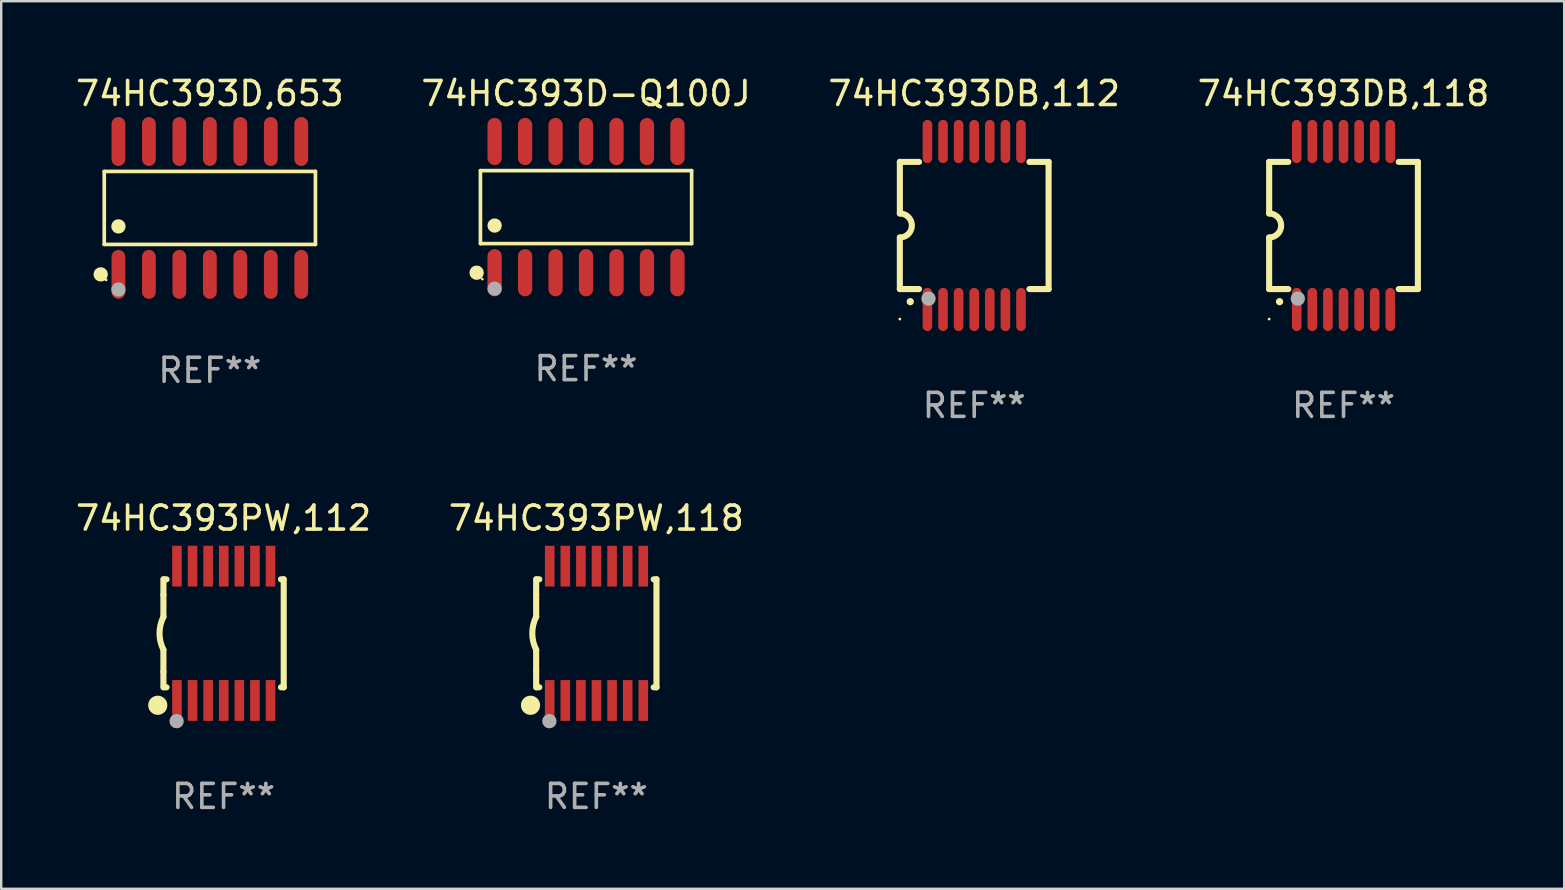
<source format=kicad_pcb>
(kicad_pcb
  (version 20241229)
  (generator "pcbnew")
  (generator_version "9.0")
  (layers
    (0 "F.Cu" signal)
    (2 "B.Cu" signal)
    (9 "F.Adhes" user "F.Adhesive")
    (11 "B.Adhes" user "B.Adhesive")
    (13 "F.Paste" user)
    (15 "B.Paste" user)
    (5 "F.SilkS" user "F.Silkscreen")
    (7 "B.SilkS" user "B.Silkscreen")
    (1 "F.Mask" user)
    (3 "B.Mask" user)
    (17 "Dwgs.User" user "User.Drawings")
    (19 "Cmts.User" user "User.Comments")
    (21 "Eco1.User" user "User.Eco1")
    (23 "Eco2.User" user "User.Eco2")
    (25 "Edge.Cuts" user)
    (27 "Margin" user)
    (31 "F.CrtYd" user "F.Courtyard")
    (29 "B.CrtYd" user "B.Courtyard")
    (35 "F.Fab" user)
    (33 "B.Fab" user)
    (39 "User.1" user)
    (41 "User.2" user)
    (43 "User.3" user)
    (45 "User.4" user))
  (footprint "74HC393DB,112"
    (layer "F.Cu")
    (at 37.554 6.348)
    (property "Reference" "74HC393DB,112" (at 0 -5.5 0) (layer "F.SilkS") (effects (font (size 1 1) (thickness 0.15))))
    (attr through_hole)
    (fp_line (start -3.1 2.65) (end -3.1 0.5) (stroke (width 0.254) (type solid)) (layer "F.SilkS"))
    (fp_line (start -3.099 -2.65) (end -2.301 -2.65) (stroke (width 0.254) (type solid)) (layer "F.SilkS"))
    (fp_line (start -3.099 -0.5) (end -3.099 -2.65) (stroke (width 0.254) (type solid)) (layer "F.SilkS"))
    (fp_line (start -2.301 2.65) (end -3.1 2.65) (stroke (width 0.254) (type solid)) (layer "F.SilkS"))
    (fp_line (start 2.301 -2.65) (end 3.1 -2.65) (stroke (width 0.254) (type solid)) (layer "F.SilkS"))
    (fp_line (start 3.1 -2.65) (end 3.1 2.65) (stroke (width 0.254) (type solid)) (layer "F.SilkS"))
    (fp_line (start 3.1 2.65) (end 2.301 2.65) (stroke (width 0.254) (type solid)) (layer "F.SilkS"))
    (fp_arc (start -3.098806 -0.500381) (mid -2.598806 0) (end -3.098806 0.500381) (stroke (width 0.254001) (type solid)) (layer "F.SilkS"))
    (fp_arc (start -2.667005 3.175006) (mid -2.665735 3.175001) (end -2.664465 3.175006) (stroke (width 0.3) (type solid)) (layer "F.SilkS"))
    (fp_circle (center -3.1 3.9) (end -3.07 3.9) (stroke (width 0.06) (type solid)) (fill no) (layer "F.SilkS"))
    (fp_circle (center -1.905 3.048) (end -1.755 3.048) (stroke (width 0.3) (type solid)) (fill no) (layer "F.Fab"))
    (fp_text user "REF**" (at 0 7.5 0) (layer "F.Fab") (effects (font (size 1 1) (thickness 0.15))))
    (pad "1" smd oval (at -1.95 3.5 270) (size 1.8 0.4) (layers "F.Cu" "F.Mask" "F.Paste"))
    (pad "2" smd oval (at -1.3 3.5 270) (size 1.8 0.4) (layers "F.Cu" "F.Mask" "F.Paste"))
    (pad "3" smd oval (at -0.65 3.5 270) (size 1.8 0.4) (layers "F.Cu" "F.Mask" "F.Paste"))
    (pad "4" smd oval (at 0 3.5 270) (size 1.8 0.4) (layers "F.Cu" "F.Mask" "F.Paste"))
    (pad "5" smd oval (at 0.65 3.5 270) (size 1.8 0.4) (layers "F.Cu" "F.Mask" "F.Paste"))
    (pad "6" smd oval (at 1.3 3.5 270) (size 1.8 0.4) (layers "F.Cu" "F.Mask" "F.Paste"))
    (pad "7" smd oval (at 1.95 3.5 270) (size 1.8 0.4) (layers "F.Cu" "F.Mask" "F.Paste"))
    (pad "8" smd oval (at 1.95 -3.5 90) (size 1.8 0.4) (layers "F.Cu" "F.Mask" "F.Paste"))
    (pad "9" smd oval (at 1.3 -3.5 90) (size 1.8 0.4) (layers "F.Cu" "F.Mask" "F.Paste"))
    (pad "10" smd oval (at 0.65 -3.5 90) (size 1.8 0.4) (layers "F.Cu" "F.Mask" "F.Paste"))
    (pad "11" smd oval (at 0 -3.5 90) (size 1.8 0.4) (layers "F.Cu" "F.Mask" "F.Paste"))
    (pad "12" smd oval (at -0.65 -3.5 90) (size 1.8 0.4) (layers "F.Cu" "F.Mask" "F.Paste"))
    (pad "13" smd oval (at -1.3 -3.5 90) (size 1.8 0.4) (layers "F.Cu" "F.Mask" "F.Paste"))
    (pad "14" smd oval (at -1.95 -3.5 90) (size 1.8 0.4) (layers "F.Cu" "F.Mask" "F.Paste")))
  (footprint "74HC393PW,118"
    (layer "F.Cu")
    (at 21.804 23.345)
    (property "Reference" "74HC393PW,118" (at 0 -4.8 0) (layer "F.SilkS") (effects (font (size 1 1) (thickness 0.15))))
    (attr through_hole)
    (fp_line (start -2.507 -1.6) (end -2.507 -2.25) (stroke (width 0.254) (type solid)) (layer "F.SilkS"))
    (fp_line (start -2.507 -0.686) (end -2.507 -1.6) (stroke (width 0.254) (type solid)) (layer "F.SilkS"))
    (fp_line (start -2.507 1.6) (end -2.507 0.686) (stroke (width 0.254) (type solid)) (layer "F.SilkS"))
    (fp_line (start -2.507 1.6) (end -2.507 2.25) (stroke (width 0.254) (type solid)) (layer "F.SilkS"))
    (fp_line (start -2.493 -2.25) (end -2.377 -2.25) (stroke (width 0.254) (type solid)) (layer "F.SilkS"))
    (fp_line (start -2.377 2.25) (end -2.493 2.25) (stroke (width 0.254) (type solid)) (layer "F.SilkS"))
    (fp_line (start 2.392 -2.25) (end 2.507 -2.25) (stroke (width 0.254) (type solid)) (layer "F.SilkS"))
    (fp_line (start 2.507 -2.25) (end 2.507 2.25) (stroke (width 0.254) (type solid)) (layer "F.SilkS"))
    (fp_line (start 2.507 2.25) (end 2.392 2.25) (stroke (width 0.254) (type solid)) (layer "F.SilkS"))
    (fp_arc (start -2.507303 0.685802) (mid -2.669199 0) (end -2.507303 -0.685801) (stroke (width 0.254001) (type solid)) (layer "F.SilkS"))
    (fp_circle (center -2.743 3) (end -2.543 3) (stroke (width 0.4) (type solid)) (fill no) (layer "F.SilkS"))
    (fp_circle (center -2.493 3.2) (end -2.463 3.2) (stroke (width 0.06) (type solid)) (fill no) (layer "F.SilkS"))
    (fp_circle (center -1.957 3.662) (end -1.807 3.662) (stroke (width 0.3) (type solid)) (fill no) (layer "F.Fab"))
    (fp_text user "REF**" (at 0 6.8 0) (layer "F.Fab") (effects (font (size 1 1) (thickness 0.15))))
    (pad "1" smd rect (at -1.943 2.8) (size 0.4 1.7) (layers "F.Cu" "F.Mask" "F.Paste"))
    (pad "2" smd rect (at -1.293 2.8) (size 0.4 1.7) (layers "F.Cu" "F.Mask" "F.Paste"))
    (pad "3" smd rect (at -0.643 2.8) (size 0.4 1.7) (layers "F.Cu" "F.Mask" "F.Paste"))
    (pad "4" smd rect (at 0.007 2.8) (size 0.4 1.7) (layers "F.Cu" "F.Mask" "F.Paste"))
    (pad "5" smd rect (at 0.657 2.8) (size 0.4 1.7) (layers "F.Cu" "F.Mask" "F.Paste"))
    (pad "6" smd rect (at 1.307 2.8) (size 0.4 1.7) (layers "F.Cu" "F.Mask" "F.Paste"))
    (pad "7" smd rect (at 1.957 2.8) (size 0.4 1.7) (layers "F.Cu" "F.Mask" "F.Paste"))
    (pad "8" smd rect (at 1.957 -2.8) (size 0.4 1.7) (layers "F.Cu" "F.Mask" "F.Paste"))
    (pad "9" smd rect (at 1.307 -2.8) (size 0.4 1.7) (layers "F.Cu" "F.Mask" "F.Paste"))
    (pad "10" smd rect (at 0.657 -2.8) (size 0.4 1.7) (layers "F.Cu" "F.Mask" "F.Paste"))
    (pad "11" smd rect (at 0.007 -2.8) (size 0.4 1.7) (layers "F.Cu" "F.Mask" "F.Paste"))
    (pad "12" smd rect (at -0.643 -2.8) (size 0.4 1.7) (layers "F.Cu" "F.Mask" "F.Paste"))
    (pad "13" smd rect (at -1.293 -2.8) (size 0.4 1.7) (layers "F.Cu" "F.Mask" "F.Paste"))
    (pad "14" smd rect (at -1.943 -2.8) (size 0.4 1.7) (layers "F.Cu" "F.Mask" "F.Paste")))
  (footprint "74HC393D,653"
    (layer "F.Cu")
    (at 5.696 5.617)
    (property "Reference" "74HC393D,653" (at 0 -4.769 0) (layer "F.SilkS") (effects (font (size 1 1) (thickness 0.15))))
    (attr through_hole)
    (fp_line (start -4.401 -1.521) (end 4.401 -1.521) (stroke (width 0.152) (type solid)) (layer "F.SilkS"))
    (fp_line (start -4.401 1.521) (end -4.401 -1.521) (stroke (width 0.152) (type solid)) (layer "F.SilkS"))
    (fp_line (start 4.401 -1.521) (end 4.401 1.521) (stroke (width 0.152) (type solid)) (layer "F.SilkS"))
    (fp_line (start 4.401 1.521) (end -4.401 1.521) (stroke (width 0.152) (type solid)) (layer "F.SilkS"))
    (fp_circle (center -4.549 2.769) (end -4.399 2.769) (stroke (width 0.3) (type solid)) (fill no) (layer "F.SilkS"))
    (fp_circle (center -4.325 3) (end -4.295 3) (stroke (width 0.06) (type solid)) (fill no) (layer "F.SilkS"))
    (fp_circle (center -3.81 0.769) (end -3.66 0.769) (stroke (width 0.3) (type solid)) (fill no) (layer "F.SilkS"))
    (fp_circle (center -3.81 3.4) (end -3.66 3.4) (stroke (width 0.3) (type solid)) (fill no) (layer "F.Fab"))
    (fp_text user "REF**" (at 0 6.769 0) (layer "F.Fab") (effects (font (size 1 1) (thickness 0.15))))
    (pad "1" smd oval (at -3.81 2.769) (size 0.574 2.038) (layers "F.Cu" "F.Mask" "F.Paste"))
    (pad "2" smd oval (at -2.54 2.769) (size 0.574 2.038) (layers "F.Cu" "F.Mask" "F.Paste"))
    (pad "3" smd oval (at -1.27 2.769) (size 0.574 2.038) (layers "F.Cu" "F.Mask" "F.Paste"))
    (pad "4" smd oval (at 0 2.769) (size 0.574 2.038) (layers "F.Cu" "F.Mask" "F.Paste"))
    (pad "5" smd oval (at 1.27 2.769) (size 0.574 2.038) (layers "F.Cu" "F.Mask" "F.Paste"))
    (pad "6" smd oval (at 2.54 2.769) (size 0.574 2.038) (layers "F.Cu" "F.Mask" "F.Paste"))
    (pad "7" smd oval (at 3.81 2.769) (size 0.574 2.038) (layers "F.Cu" "F.Mask" "F.Paste"))
    (pad "8" smd oval (at 3.81 -2.769) (size 0.574 2.038) (layers "F.Cu" "F.Mask" "F.Paste"))
    (pad "9" smd oval (at 2.54 -2.769) (size 0.574 2.038) (layers "F.Cu" "F.Mask" "F.Paste"))
    (pad "10" smd oval (at 1.27 -2.769) (size 0.574 2.038) (layers "F.Cu" "F.Mask" "F.Paste"))
    (pad "11" smd oval (at 0 -2.769) (size 0.574 2.038) (layers "F.Cu" "F.Mask" "F.Paste"))
    (pad "12" smd oval (at -1.27 -2.769) (size 0.574 2.038) (layers "F.Cu" "F.Mask" "F.Paste"))
    (pad "13" smd oval (at -2.54 -2.769) (size 0.574 2.038) (layers "F.Cu" "F.Mask" "F.Paste"))
    (pad "14" smd oval (at -3.81 -2.769) (size 0.574 2.038) (layers "F.Cu" "F.Mask" "F.Paste")))
  (footprint "74HC393DB,118"
    (layer "F.Cu")
    (at 52.946 6.348)
    (property "Reference" "74HC393DB,118" (at 0 -5.5 0) (layer "F.SilkS") (effects (font (size 1 1) (thickness 0.15))))
    (attr through_hole)
    (fp_line (start -3.1 2.65) (end -3.1 0.5) (stroke (width 0.254) (type solid)) (layer "F.SilkS"))
    (fp_line (start -3.099 -2.65) (end -2.301 -2.65) (stroke (width 0.254) (type solid)) (layer "F.SilkS"))
    (fp_line (start -3.099 -0.5) (end -3.099 -2.65) (stroke (width 0.254) (type solid)) (layer "F.SilkS"))
    (fp_line (start -2.301 2.65) (end -3.1 2.65) (stroke (width 0.254) (type solid)) (layer "F.SilkS"))
    (fp_line (start 2.301 -2.65) (end 3.1 -2.65) (stroke (width 0.254) (type solid)) (layer "F.SilkS"))
    (fp_line (start 3.1 -2.65) (end 3.1 2.65) (stroke (width 0.254) (type solid)) (layer "F.SilkS"))
    (fp_line (start 3.1 2.65) (end 2.301 2.65) (stroke (width 0.254) (type solid)) (layer "F.SilkS"))
    (fp_arc (start -3.098806 -0.500381) (mid -2.598806 0) (end -3.098806 0.500381) (stroke (width 0.254001) (type solid)) (layer "F.SilkS"))
    (fp_arc (start -2.667005 3.175006) (mid -2.665735 3.175001) (end -2.664465 3.175006) (stroke (width 0.3) (type solid)) (layer "F.SilkS"))
    (fp_circle (center -3.1 3.9) (end -3.07 3.9) (stroke (width 0.06) (type solid)) (fill no) (layer "F.SilkS"))
    (fp_circle (center -1.905 3.048) (end -1.755 3.048) (stroke (width 0.3) (type solid)) (fill no) (layer "F.Fab"))
    (fp_text user "REF**" (at 0 7.5 0) (layer "F.Fab") (effects (font (size 1 1) (thickness 0.15))))
    (pad "1" smd oval (at -1.95 3.5 270) (size 1.8 0.4) (layers "F.Cu" "F.Mask" "F.Paste"))
    (pad "2" smd oval (at -1.3 3.5 270) (size 1.8 0.4) (layers "F.Cu" "F.Mask" "F.Paste"))
    (pad "3" smd oval (at -0.65 3.5 270) (size 1.8 0.4) (layers "F.Cu" "F.Mask" "F.Paste"))
    (pad "4" smd oval (at 0 3.5 270) (size 1.8 0.4) (layers "F.Cu" "F.Mask" "F.Paste"))
    (pad "5" smd oval (at 0.65 3.5 270) (size 1.8 0.4) (layers "F.Cu" "F.Mask" "F.Paste"))
    (pad "6" smd oval (at 1.3 3.5 270) (size 1.8 0.4) (layers "F.Cu" "F.Mask" "F.Paste"))
    (pad "7" smd oval (at 1.95 3.5 270) (size 1.8 0.4) (layers "F.Cu" "F.Mask" "F.Paste"))
    (pad "8" smd oval (at 1.95 -3.5 90) (size 1.8 0.4) (layers "F.Cu" "F.Mask" "F.Paste"))
    (pad "9" smd oval (at 1.3 -3.5 90) (size 1.8 0.4) (layers "F.Cu" "F.Mask" "F.Paste"))
    (pad "10" smd oval (at 0.65 -3.5 90) (size 1.8 0.4) (layers "F.Cu" "F.Mask" "F.Paste"))
    (pad "11" smd oval (at 0 -3.5 90) (size 1.8 0.4) (layers "F.Cu" "F.Mask" "F.Paste"))
    (pad "12" smd oval (at -0.65 -3.5 90) (size 1.8 0.4) (layers "F.Cu" "F.Mask" "F.Paste"))
    (pad "13" smd oval (at -1.3 -3.5 90) (size 1.8 0.4) (layers "F.Cu" "F.Mask" "F.Paste"))
    (pad "14" smd oval (at -1.95 -3.5 90) (size 1.8 0.4) (layers "F.Cu" "F.Mask" "F.Paste")))
  (footprint "74HC393PW,112"
    (layer "F.Cu")
    (at 6.268 23.345)
    (property "Reference" "74HC393PW,112" (at 0 -4.8 0) (layer "F.SilkS") (effects (font (size 1 1) (thickness 0.15))))
    (attr through_hole)
    (fp_line (start -2.507 -1.6) (end -2.507 -2.25) (stroke (width 0.254) (type solid)) (layer "F.SilkS"))
    (fp_line (start -2.507 -0.686) (end -2.507 -1.6) (stroke (width 0.254) (type solid)) (layer "F.SilkS"))
    (fp_line (start -2.507 1.6) (end -2.507 0.686) (stroke (width 0.254) (type solid)) (layer "F.SilkS"))
    (fp_line (start -2.507 1.6) (end -2.507 2.25) (stroke (width 0.254) (type solid)) (layer "F.SilkS"))
    (fp_line (start -2.493 -2.25) (end -2.377 -2.25) (stroke (width 0.254) (type solid)) (layer "F.SilkS"))
    (fp_line (start -2.377 2.25) (end -2.493 2.25) (stroke (width 0.254) (type solid)) (layer "F.SilkS"))
    (fp_line (start 2.392 -2.25) (end 2.507 -2.25) (stroke (width 0.254) (type solid)) (layer "F.SilkS"))
    (fp_line (start 2.507 -2.25) (end 2.507 2.25) (stroke (width 0.254) (type solid)) (layer "F.SilkS"))
    (fp_line (start 2.507 2.25) (end 2.392 2.25) (stroke (width 0.254) (type solid)) (layer "F.SilkS"))
    (fp_arc (start -2.507303 0.685802) (mid -2.669199 0) (end -2.507303 -0.685801) (stroke (width 0.254001) (type solid)) (layer "F.SilkS"))
    (fp_circle (center -2.743 3) (end -2.543 3) (stroke (width 0.4) (type solid)) (fill no) (layer "F.SilkS"))
    (fp_circle (center -2.493 3.2) (end -2.463 3.2) (stroke (width 0.06) (type solid)) (fill no) (layer "F.SilkS"))
    (fp_circle (center -1.957 3.662) (end -1.807 3.662) (stroke (width 0.3) (type solid)) (fill no) (layer "F.Fab"))
    (fp_text user "REF**" (at 0 6.8 0) (layer "F.Fab") (effects (font (size 1 1) (thickness 0.15))))
    (pad "1" smd rect (at -1.943 2.8) (size 0.4 1.7) (layers "F.Cu" "F.Mask" "F.Paste"))
    (pad "2" smd rect (at -1.293 2.8) (size 0.4 1.7) (layers "F.Cu" "F.Mask" "F.Paste"))
    (pad "3" smd rect (at -0.643 2.8) (size 0.4 1.7) (layers "F.Cu" "F.Mask" "F.Paste"))
    (pad "4" smd rect (at 0.007 2.8) (size 0.4 1.7) (layers "F.Cu" "F.Mask" "F.Paste"))
    (pad "5" smd rect (at 0.657 2.8) (size 0.4 1.7) (layers "F.Cu" "F.Mask" "F.Paste"))
    (pad "6" smd rect (at 1.307 2.8) (size 0.4 1.7) (layers "F.Cu" "F.Mask" "F.Paste"))
    (pad "7" smd rect (at 1.957 2.8) (size 0.4 1.7) (layers "F.Cu" "F.Mask" "F.Paste"))
    (pad "8" smd rect (at 1.957 -2.8) (size 0.4 1.7) (layers "F.Cu" "F.Mask" "F.Paste"))
    (pad "9" smd rect (at 1.307 -2.8) (size 0.4 1.7) (layers "F.Cu" "F.Mask" "F.Paste"))
    (pad "10" smd rect (at 0.657 -2.8) (size 0.4 1.7) (layers "F.Cu" "F.Mask" "F.Paste"))
    (pad "11" smd rect (at 0.007 -2.8) (size 0.4 1.7) (layers "F.Cu" "F.Mask" "F.Paste"))
    (pad "12" smd rect (at -0.643 -2.8) (size 0.4 1.7) (layers "F.Cu" "F.Mask" "F.Paste"))
    (pad "13" smd rect (at -1.293 -2.8) (size 0.4 1.7) (layers "F.Cu" "F.Mask" "F.Paste"))
    (pad "14" smd rect (at -1.943 -2.8) (size 0.4 1.7) (layers "F.Cu" "F.Mask" "F.Paste")))
  (footprint "74HC393D-Q100J"
    (layer "F.Cu")
    (at 21.375 5.582)
    (property "Reference" "74HC393D-Q100J" (at 0 -4.734 0) (layer "F.SilkS") (effects (font (size 1 1) (thickness 0.15))))
    (attr through_hole)
    (fp_line (start -4.401 -1.521) (end 4.401 -1.521) (stroke (width 0.152) (type solid)) (layer "F.SilkS"))
    (fp_line (start -4.401 1.521) (end -4.401 -1.521) (stroke (width 0.152) (type solid)) (layer "F.SilkS"))
    (fp_line (start 4.401 -1.521) (end 4.401 1.521) (stroke (width 0.152) (type solid)) (layer "F.SilkS"))
    (fp_line (start 4.401 1.521) (end -4.401 1.521) (stroke (width 0.152) (type solid)) (layer "F.SilkS"))
    (fp_circle (center -4.56 2.734) (end -4.41 2.734) (stroke (width 0.3) (type solid)) (fill no) (layer "F.SilkS"))
    (fp_circle (center -4.325 3) (end -4.295 3) (stroke (width 0.06) (type solid)) (fill no) (layer "F.SilkS"))
    (fp_circle (center -3.81 0.769) (end -3.66 0.769) (stroke (width 0.3) (type solid)) (fill no) (layer "F.SilkS"))
    (fp_circle (center -3.81 3.4) (end -3.66 3.4) (stroke (width 0.3) (type solid)) (fill no) (layer "F.Fab"))
    (fp_text user "REF**" (at 0 6.734 0) (layer "F.Fab") (effects (font (size 1 1) (thickness 0.15))))
    (pad "1" smd oval (at -3.81 2.734) (size 0.595 1.968) (layers "F.Cu" "F.Mask" "F.Paste"))
    (pad "2" smd oval (at -2.54 2.734) (size 0.595 1.968) (layers "F.Cu" "F.Mask" "F.Paste"))
    (pad "3" smd oval (at -1.27 2.734) (size 0.595 1.968) (layers "F.Cu" "F.Mask" "F.Paste"))
    (pad "4" smd oval (at 0 2.734) (size 0.595 1.968) (layers "F.Cu" "F.Mask" "F.Paste"))
    (pad "5" smd oval (at 1.27 2.734) (size 0.595 1.968) (layers "F.Cu" "F.Mask" "F.Paste"))
    (pad "6" smd oval (at 2.54 2.734) (size 0.595 1.968) (layers "F.Cu" "F.Mask" "F.Paste"))
    (pad "7" smd oval (at 3.81 2.734) (size 0.595 1.968) (layers "F.Cu" "F.Mask" "F.Paste"))
    (pad "8" smd oval (at 3.81 -2.734) (size 0.595 1.968) (layers "F.Cu" "F.Mask" "F.Paste"))
    (pad "9" smd oval (at 2.54 -2.734) (size 0.595 1.968) (layers "F.Cu" "F.Mask" "F.Paste"))
    (pad "10" smd oval (at 1.27 -2.734) (size 0.595 1.968) (layers "F.Cu" "F.Mask" "F.Paste"))
    (pad "11" smd oval (at 0 -2.734) (size 0.595 1.968) (layers "F.Cu" "F.Mask" "F.Paste"))
    (pad "12" smd oval (at -1.27 -2.734) (size 0.595 1.968) (layers "F.Cu" "F.Mask" "F.Paste"))
    (pad "13" smd oval (at -2.54 -2.734) (size 0.595 1.968) (layers "F.Cu" "F.Mask" "F.Paste"))
    (pad "14" smd oval (at -3.81 -2.734) (size 0.595 1.968) (layers "F.Cu" "F.Mask" "F.Paste")))
  (gr_rect
    (start -3 -3)
    (end 62.143 33.993)
    (stroke (width 0.1) (type default))
    (fill no)
    (layer "Edge.Cuts")))
</source>
